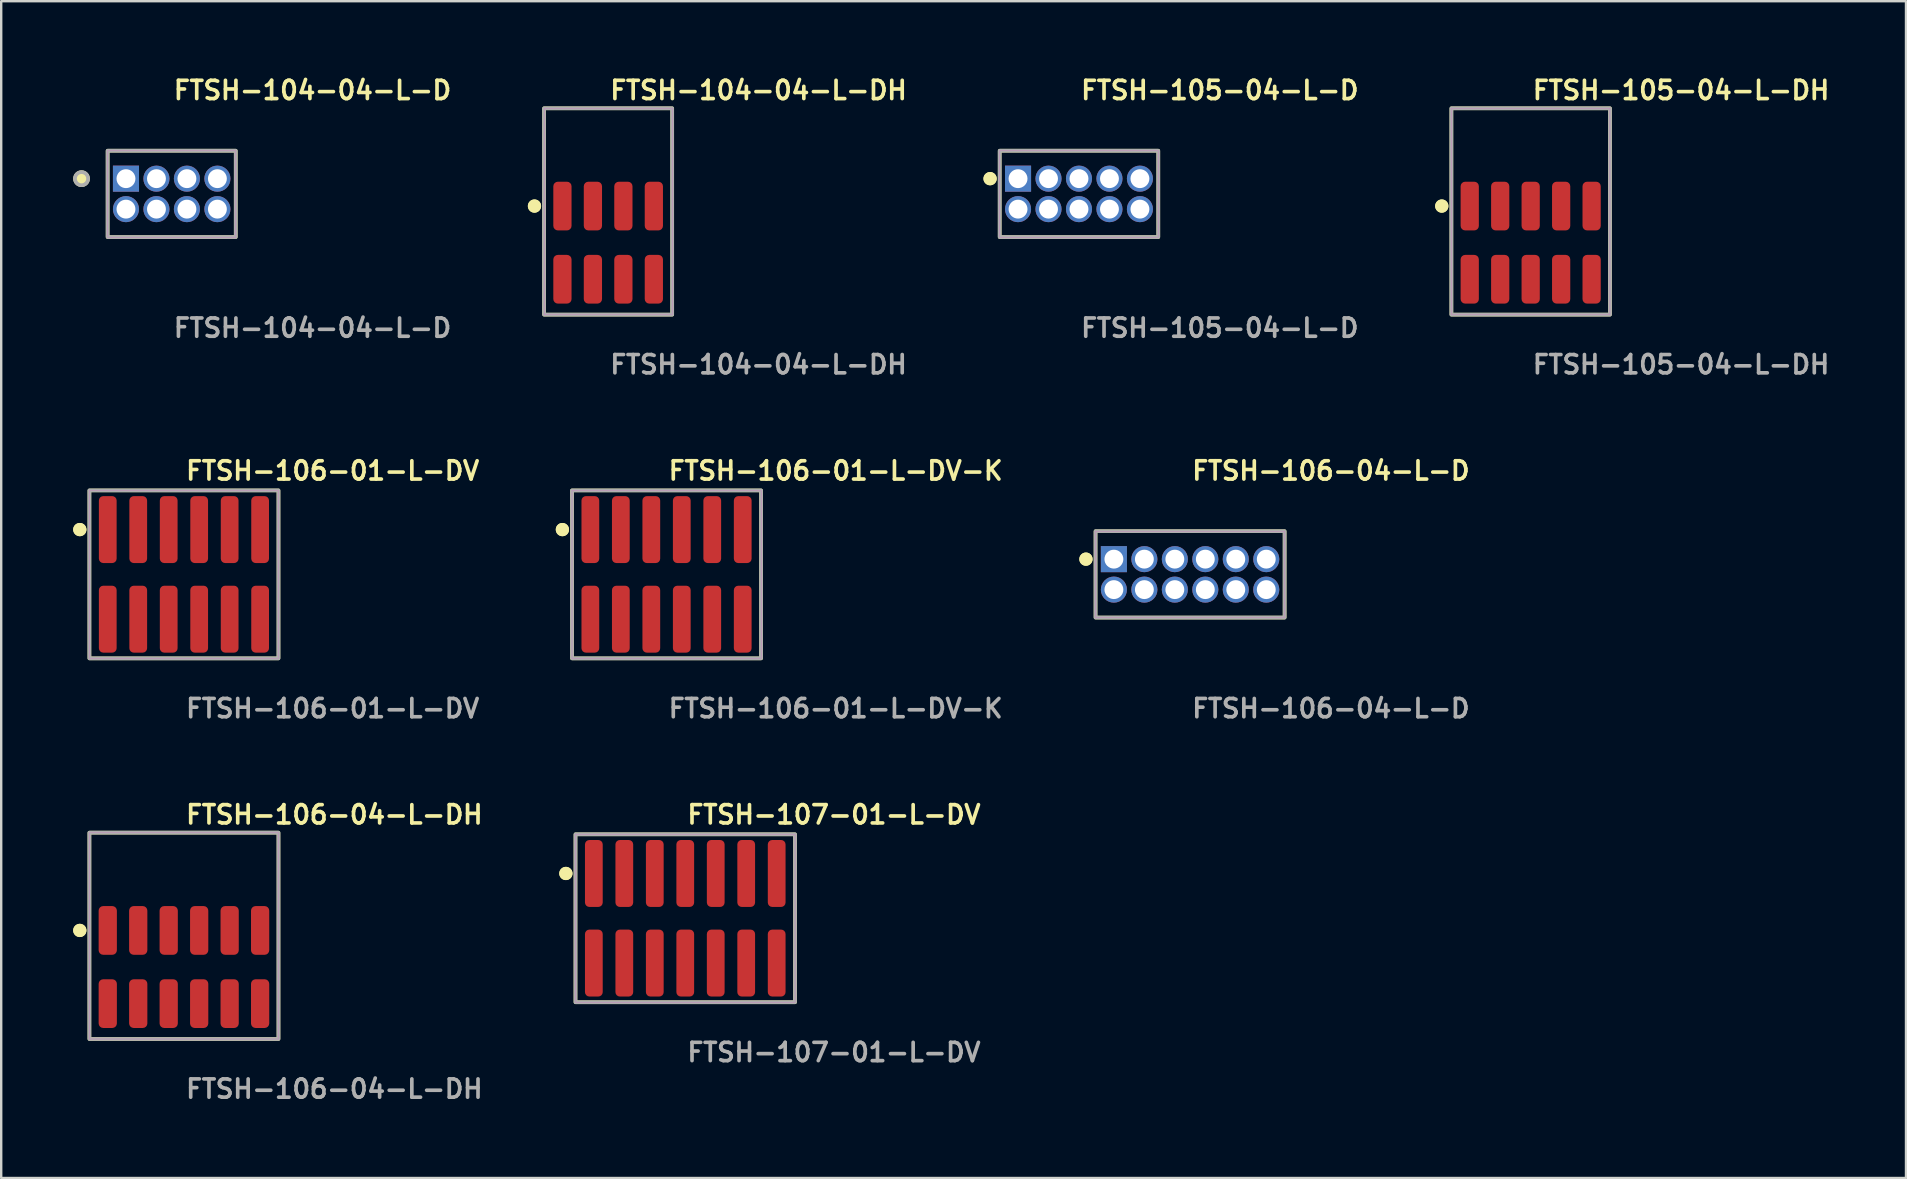
<source format=kicad_pcb>
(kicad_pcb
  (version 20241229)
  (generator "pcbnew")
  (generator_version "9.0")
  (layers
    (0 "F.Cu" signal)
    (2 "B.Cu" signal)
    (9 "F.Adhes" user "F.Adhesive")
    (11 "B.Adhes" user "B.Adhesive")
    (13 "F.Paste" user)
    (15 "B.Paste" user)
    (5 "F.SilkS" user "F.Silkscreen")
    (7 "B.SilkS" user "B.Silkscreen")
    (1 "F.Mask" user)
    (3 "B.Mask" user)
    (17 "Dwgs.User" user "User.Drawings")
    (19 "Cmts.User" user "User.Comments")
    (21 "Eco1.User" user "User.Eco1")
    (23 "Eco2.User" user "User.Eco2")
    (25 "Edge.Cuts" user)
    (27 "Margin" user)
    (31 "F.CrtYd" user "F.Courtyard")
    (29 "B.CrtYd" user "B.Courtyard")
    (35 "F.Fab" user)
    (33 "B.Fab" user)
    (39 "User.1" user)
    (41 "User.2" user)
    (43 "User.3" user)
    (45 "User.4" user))
  (footprint "FTSH-107-01-L-DV"
    (layer "F.Cu")
    (at 25.509 35.22)
    (property "Reference" "FTSH-107-01-L-DV" (at 0 -4.318 0) (unlocked yes) (layer "F.SilkS") (effects (font (size 0.762 0.762) (thickness 0.152)) (justify left)))
    (fp_rect (start -4.575 3.5) (end 4.575 -3.5) (stroke (width 0.152) (type solid)) (fill no) (layer "F.SilkS"))
    (fp_circle (center -4.975 -1.867) (end -5.175 -1.867) (stroke (width 0.152) (type solid)) (fill yes) (layer "F.SilkS"))
    (fp_circle (center -4.975 -1.867) (end -5.175 -1.867) (stroke (width 0.152) (type solid)) (fill yes) (layer "F.SilkS"))
    (fp_rect (start -4.575 3.5) (end 4.575 -3.5) (stroke (width 0.006) (type solid)) (fill no) (layer "F.CrtYd"))
    (fp_rect (start -4.575 3.5) (end 4.575 -3.5) (stroke (width 0.152) (type solid)) (fill no) (layer "F.Fab"))
    (fp_text user "${REFERENCE}" (at 0 5.588 0) (unlocked yes) (layer "F.Fab") (effects (font (size 0.762 0.762) (thickness 0.152)) (justify left)))
    (pad "1" smd roundrect (at -3.81 -1.867) (size 0.74 2.79) (layers "F.Cu" "F.Paste") (roundrect_rratio 0.25))
    (pad "2" smd roundrect (at -3.81 1.867) (size 0.74 2.79) (layers "F.Cu" "F.Paste") (roundrect_rratio 0.25))
    (pad "3" smd roundrect (at -2.54 -1.867) (size 0.74 2.79) (layers "F.Cu" "F.Paste") (roundrect_rratio 0.25))
    (pad "4" smd roundrect (at -2.54 1.867) (size 0.74 2.79) (layers "F.Cu" "F.Paste") (roundrect_rratio 0.25))
    (pad "5" smd roundrect (at -1.27 -1.867) (size 0.74 2.79) (layers "F.Cu" "F.Paste") (roundrect_rratio 0.25))
    (pad "6" smd roundrect (at -1.27 1.867) (size 0.74 2.79) (layers "F.Cu" "F.Paste") (roundrect_rratio 0.25))
    (pad "7" smd roundrect (at 0 -1.867) (size 0.74 2.79) (layers "F.Cu" "F.Paste") (roundrect_rratio 0.25))
    (pad "8" smd roundrect (at 0 1.867) (size 0.74 2.79) (layers "F.Cu" "F.Paste") (roundrect_rratio 0.25))
    (pad "9" smd roundrect (at 1.27 -1.867) (size 0.74 2.79) (layers "F.Cu" "F.Paste") (roundrect_rratio 0.25))
    (pad "10" smd roundrect (at 1.27 1.867) (size 0.74 2.79) (layers "F.Cu" "F.Paste") (roundrect_rratio 0.25))
    (pad "11" smd roundrect (at 2.54 -1.867) (size 0.74 2.79) (layers "F.Cu" "F.Paste") (roundrect_rratio 0.25))
    (pad "12" smd roundrect (at 2.54 1.867) (size 0.74 2.79) (layers "F.Cu" "F.Paste") (roundrect_rratio 0.25))
    (pad "13" smd roundrect (at 3.81 -1.867) (size 0.74 2.79) (layers "F.Cu" "F.Paste") (roundrect_rratio 0.25))
    (pad "14" smd roundrect (at 3.81 1.867) (size 0.74 2.79) (layers "F.Cu" "F.Paste") (roundrect_rratio 0.25)))
  (footprint "FTSH-106-04-L-D"
    (layer "F.Cu")
    (at 46.548 20.888)
    (property "Reference" "FTSH-106-04-L-D" (at 0 -4.318 0) (unlocked yes) (layer "F.SilkS") (effects (font (size 0.762 0.762) (thickness 0.152)) (justify left)))
    (fp_rect (start -3.94 1.8) (end 3.94 -1.8) (stroke (width 0.152) (type solid)) (fill no) (layer "F.SilkS"))
    (fp_circle (center -4.34 -0.635) (end -4.54 -0.635) (stroke (width 0.152) (type solid)) (fill yes) (layer "F.SilkS"))
    (fp_circle (center -4.34 -0.635) (end -4.54 -0.635) (stroke (width 0.152) (type solid)) (fill yes) (layer "F.SilkS"))
    (fp_rect (start -3.94 1.8) (end 3.94 -1.8) (stroke (width 0.006) (type solid)) (fill no) (layer "F.CrtYd"))
    (fp_rect (start -3.94 1.8) (end 3.94 -1.8) (stroke (width 0.152) (type solid)) (fill no) (layer "F.Fab"))
    (fp_text user "${REFERENCE}" (at 0 5.588 0) (unlocked yes) (layer "F.Fab") (effects (font (size 0.762 0.762) (thickness 0.152)) (justify left)))
    (pad "1" thru_hole rect (at -3.175 -0.635) (size 1.087 1.087) (drill 0.787) (layers "*.Cu" "*.Mask"))
    (pad "2" thru_hole circle (at -3.175 0.635) (size 1.087 1.087) (drill 0.787) (layers "*.Cu" "*.Mask"))
    (pad "3" thru_hole circle (at -1.905 -0.635) (size 1.087 1.087) (drill 0.787) (layers "*.Cu" "*.Mask"))
    (pad "4" thru_hole circle (at -1.905 0.635) (size 1.087 1.087) (drill 0.787) (layers "*.Cu" "*.Mask"))
    (pad "5" thru_hole circle (at -0.635 -0.635) (size 1.087 1.087) (drill 0.787) (layers "*.Cu" "*.Mask"))
    (pad "6" thru_hole circle (at -0.635 0.635) (size 1.087 1.087) (drill 0.787) (layers "*.Cu" "*.Mask"))
    (pad "7" thru_hole circle (at 0.635 -0.635) (size 1.087 1.087) (drill 0.787) (layers "*.Cu" "*.Mask"))
    (pad "8" thru_hole circle (at 0.635 0.635) (size 1.087 1.087) (drill 0.787) (layers "*.Cu" "*.Mask"))
    (pad "9" thru_hole circle (at 1.905 -0.635) (size 1.087 1.087) (drill 0.787) (layers "*.Cu" "*.Mask"))
    (pad "10" thru_hole circle (at 1.905 0.635) (size 1.087 1.087) (drill 0.787) (layers "*.Cu" "*.Mask"))
    (pad "11" thru_hole circle (at 3.175 -0.635) (size 1.087 1.087) (drill 0.787) (layers "*.Cu" "*.Mask"))
    (pad "12" thru_hole circle (at 3.175 0.635) (size 1.087 1.087) (drill 0.787) (layers "*.Cu" "*.Mask")))
  (footprint "FTSH-105-04-L-D"
    (layer "F.Cu")
    (at 41.918 5.031)
    (property "Reference" "FTSH-105-04-L-D" (at 0 -4.318 0) (unlocked yes) (layer "F.SilkS") (effects (font (size 0.762 0.762) (thickness 0.152)) (justify left)))
    (fp_rect (start -3.305 1.8) (end 3.305 -1.8) (stroke (width 0.152) (type solid)) (fill no) (layer "F.SilkS"))
    (fp_circle (center -3.705 -0.635) (end -3.905 -0.635) (stroke (width 0.152) (type solid)) (fill yes) (layer "F.SilkS"))
    (fp_circle (center -3.705 -0.635) (end -3.905 -0.635) (stroke (width 0.152) (type solid)) (fill yes) (layer "F.SilkS"))
    (fp_rect (start -3.305 1.8) (end 3.305 -1.8) (stroke (width 0.006) (type solid)) (fill no) (layer "F.CrtYd"))
    (fp_rect (start -3.305 1.8) (end 3.305 -1.8) (stroke (width 0.152) (type solid)) (fill no) (layer "F.Fab"))
    (fp_text user "${REFERENCE}" (at 0 5.588 0) (unlocked yes) (layer "F.Fab") (effects (font (size 0.762 0.762) (thickness 0.152)) (justify left)))
    (pad "1" thru_hole rect (at -2.54 -0.635) (size 1.087 1.087) (drill 0.787) (layers "*.Cu" "*.Mask"))
    (pad "2" thru_hole circle (at -2.54 0.635) (size 1.087 1.087) (drill 0.787) (layers "*.Cu" "*.Mask"))
    (pad "3" thru_hole circle (at -1.27 -0.635) (size 1.087 1.087) (drill 0.787) (layers "*.Cu" "*.Mask"))
    (pad "4" thru_hole circle (at -1.27 0.635) (size 1.087 1.087) (drill 0.787) (layers "*.Cu" "*.Mask"))
    (pad "5" thru_hole circle (at 0 -0.635) (size 1.087 1.087) (drill 0.787) (layers "*.Cu" "*.Mask"))
    (pad "6" thru_hole circle (at 0 0.635) (size 1.087 1.087) (drill 0.787) (layers "*.Cu" "*.Mask"))
    (pad "7" thru_hole circle (at 1.27 -0.635) (size 1.087 1.087) (drill 0.787) (layers "*.Cu" "*.Mask"))
    (pad "8" thru_hole circle (at 1.27 0.635) (size 1.087 1.087) (drill 0.787) (layers "*.Cu" "*.Mask"))
    (pad "9" thru_hole circle (at 2.54 -0.635) (size 1.087 1.087) (drill 0.787) (layers "*.Cu" "*.Mask"))
    (pad "10" thru_hole circle (at 2.54 0.635) (size 1.087 1.087) (drill 0.787) (layers "*.Cu" "*.Mask")))
  (footprint "FTSH-104-04-L-D"
    (layer "F.Cu")
    (at 4.105 5.031)
    (property "Reference" "FTSH-104-04-L-D" (at 0 -4.318 0) (unlocked yes) (layer "F.SilkS") (effects (font (size 0.762 0.762) (thickness 0.152)) (justify left)))
    (fp_rect (start -2.67 1.8) (end 2.67 -1.8) (stroke (width 0.152) (type solid)) (fill no) (layer "F.SilkS"))
    (fp_circle (center -3.757 -0.635) (end -4.029 -0.635) (stroke (width 0.152) (type solid)) (fill yes) (layer "F.SilkS"))
    (fp_rect (start -2.67 1.8) (end 2.67 -1.8) (stroke (width 0.006) (type solid)) (fill no) (layer "F.CrtYd"))
    (fp_rect (start -2.67 1.8) (end 2.67 -1.8) (stroke (width 0.152) (type solid)) (fill no) (layer "F.Fab"))
    (fp_circle (center -3.757 -0.635) (end -4.029 -0.635) (stroke (width 0.152) (type solid)) (fill no) (layer "F.Fab"))
    (fp_text user "${REFERENCE}" (at 0 5.588 0) (unlocked yes) (layer "F.Fab") (effects (font (size 0.762 0.762) (thickness 0.152)) (justify left)))
    (pad "1" thru_hole rect (at -1.905 -0.635) (size 1.087 1.087) (drill 0.787) (layers "*.Cu" "*.Mask"))
    (pad "2" thru_hole circle (at -1.905 0.635) (size 1.087 1.087) (drill 0.787) (layers "*.Cu" "*.Mask"))
    (pad "3" thru_hole circle (at -0.635 -0.635) (size 1.087 1.087) (drill 0.787) (layers "*.Cu" "*.Mask"))
    (pad "4" thru_hole circle (at -0.635 0.635) (size 1.087 1.087) (drill 0.787) (layers "*.Cu" "*.Mask"))
    (pad "5" thru_hole circle (at 0.635 -0.635) (size 1.087 1.087) (drill 0.787) (layers "*.Cu" "*.Mask"))
    (pad "6" thru_hole circle (at 0.635 0.635) (size 1.087 1.087) (drill 0.787) (layers "*.Cu" "*.Mask"))
    (pad "7" thru_hole circle (at 1.905 -0.635) (size 1.087 1.087) (drill 0.787) (layers "*.Cu" "*.Mask"))
    (pad "8" thru_hole circle (at 1.905 0.635) (size 1.087 1.087) (drill 0.787) (layers "*.Cu" "*.Mask")))
  (footprint "FTSH-106-04-L-DH"
    (layer "F.Cu")
    (at 4.616 37.252)
    (property "Reference" "FTSH-106-04-L-DH" (at 0 -6.35 0) (unlocked yes) (layer "F.SilkS") (effects (font (size 0.762 0.762) (thickness 0.152)) (justify left)))
    (fp_rect (start -3.94 3) (end 3.94 -5.6) (stroke (width 0.152) (type solid)) (fill no) (layer "F.SilkS"))
    (fp_circle (center -4.34 -1.525) (end -4.54 -1.525) (stroke (width 0.152) (type solid)) (fill yes) (layer "F.SilkS"))
    (fp_circle (center -4.34 -1.525) (end -4.54 -1.525) (stroke (width 0.152) (type solid)) (fill yes) (layer "F.SilkS"))
    (fp_rect (start -3.94 3) (end 3.94 -5.6) (stroke (width 0.006) (type solid)) (fill no) (layer "F.CrtYd"))
    (fp_rect (start -3.94 3) (end 3.94 -5.6) (stroke (width 0.152) (type solid)) (fill no) (layer "F.Fab"))
    (fp_text user "${REFERENCE}" (at 0 5.08 0) (unlocked yes) (layer "F.Fab") (effects (font (size 0.762 0.762) (thickness 0.152)) (justify left)))
    (pad "1" smd roundrect (at -3.175 -1.525) (size 0.76 2.03) (layers "F.Cu" "F.Paste") (roundrect_rratio 0.25))
    (pad "2" smd roundrect (at -3.175 1.525) (size 0.76 2.03) (layers "F.Cu" "F.Paste") (roundrect_rratio 0.25))
    (pad "3" smd roundrect (at -1.905 -1.525) (size 0.76 2.03) (layers "F.Cu" "F.Paste") (roundrect_rratio 0.25))
    (pad "4" smd roundrect (at -1.905 1.525) (size 0.76 2.03) (layers "F.Cu" "F.Paste") (roundrect_rratio 0.25))
    (pad "5" smd roundrect (at -0.635 -1.525) (size 0.76 2.03) (layers "F.Cu" "F.Paste") (roundrect_rratio 0.25))
    (pad "6" smd roundrect (at -0.635 1.525) (size 0.76 2.03) (layers "F.Cu" "F.Paste") (roundrect_rratio 0.25))
    (pad "7" smd roundrect (at 0.635 -1.525) (size 0.76 2.03) (layers "F.Cu" "F.Paste") (roundrect_rratio 0.25))
    (pad "8" smd roundrect (at 0.635 1.525) (size 0.76 2.03) (layers "F.Cu" "F.Paste") (roundrect_rratio 0.25))
    (pad "9" smd roundrect (at 1.905 -1.525) (size 0.76 2.03) (layers "F.Cu" "F.Paste") (roundrect_rratio 0.25))
    (pad "10" smd roundrect (at 1.905 1.525) (size 0.76 2.03) (layers "F.Cu" "F.Paste") (roundrect_rratio 0.25))
    (pad "11" smd roundrect (at 3.175 -1.525) (size 0.76 2.03) (layers "F.Cu" "F.Paste") (roundrect_rratio 0.25))
    (pad "12" smd roundrect (at 3.175 1.525) (size 0.76 2.03) (layers "F.Cu" "F.Paste") (roundrect_rratio 0.25)))
  (footprint "FTSH-106-01-L-DV"
    (layer "F.Cu")
    (at 4.616 20.888)
    (property "Reference" "FTSH-106-01-L-DV" (at 0 -4.318 0) (unlocked yes) (layer "F.SilkS") (effects (font (size 0.762 0.762) (thickness 0.152)) (justify left)))
    (fp_rect (start -3.94 3.5) (end 3.94 -3.5) (stroke (width 0.152) (type solid)) (fill no) (layer "F.SilkS"))
    (fp_circle (center -4.34 -1.867) (end -4.54 -1.867) (stroke (width 0.152) (type solid)) (fill yes) (layer "F.SilkS"))
    (fp_circle (center -4.34 -1.867) (end -4.54 -1.867) (stroke (width 0.152) (type solid)) (fill yes) (layer "F.SilkS"))
    (fp_rect (start -3.94 3.5) (end 3.94 -3.5) (stroke (width 0.006) (type solid)) (fill no) (layer "F.CrtYd"))
    (fp_rect (start -3.94 3.5) (end 3.94 -3.5) (stroke (width 0.152) (type solid)) (fill no) (layer "F.Fab"))
    (fp_text user "${REFERENCE}" (at 0 5.588 0) (unlocked yes) (layer "F.Fab") (effects (font (size 0.762 0.762) (thickness 0.152)) (justify left)))
    (pad "1" smd roundrect (at -3.175 -1.867) (size 0.74 2.79) (layers "F.Cu" "F.Paste") (roundrect_rratio 0.25))
    (pad "2" smd roundrect (at -3.175 1.867) (size 0.74 2.79) (layers "F.Cu" "F.Paste") (roundrect_rratio 0.25))
    (pad "3" smd roundrect (at -1.905 -1.867) (size 0.74 2.79) (layers "F.Cu" "F.Paste") (roundrect_rratio 0.25))
    (pad "4" smd roundrect (at -1.905 1.867) (size 0.74 2.79) (layers "F.Cu" "F.Paste") (roundrect_rratio 0.25))
    (pad "5" smd roundrect (at -0.635 -1.867) (size 0.74 2.79) (layers "F.Cu" "F.Paste") (roundrect_rratio 0.25))
    (pad "6" smd roundrect (at -0.635 1.867) (size 0.74 2.79) (layers "F.Cu" "F.Paste") (roundrect_rratio 0.25))
    (pad "7" smd roundrect (at 0.635 -1.867) (size 0.74 2.79) (layers "F.Cu" "F.Paste") (roundrect_rratio 0.25))
    (pad "8" smd roundrect (at 0.635 1.867) (size 0.74 2.79) (layers "F.Cu" "F.Paste") (roundrect_rratio 0.25))
    (pad "9" smd roundrect (at 1.905 -1.867) (size 0.74 2.79) (layers "F.Cu" "F.Paste") (roundrect_rratio 0.25))
    (pad "10" smd roundrect (at 1.905 1.867) (size 0.74 2.79) (layers "F.Cu" "F.Paste") (roundrect_rratio 0.25))
    (pad "11" smd roundrect (at 3.175 -1.867) (size 0.74 2.79) (layers "F.Cu" "F.Paste") (roundrect_rratio 0.25))
    (pad "12" smd roundrect (at 3.175 1.867) (size 0.74 2.79) (layers "F.Cu" "F.Paste") (roundrect_rratio 0.25)))
  (footprint "FTSH-104-04-L-DH"
    (layer "F.Cu")
    (at 22.295 7.063)
    (property "Reference" "FTSH-104-04-L-DH" (at 0 -6.35 0) (unlocked yes) (layer "F.SilkS") (effects (font (size 0.762 0.762) (thickness 0.152)) (justify left)))
    (fp_rect (start -2.67 3) (end 2.67 -5.6) (stroke (width 0.152) (type solid)) (fill no) (layer "F.SilkS"))
    (fp_circle (center -3.07 -1.525) (end -3.27 -1.525) (stroke (width 0.152) (type solid)) (fill yes) (layer "F.SilkS"))
    (fp_circle (center -3.07 -1.525) (end -3.27 -1.525) (stroke (width 0.152) (type solid)) (fill yes) (layer "F.SilkS"))
    (fp_rect (start -2.67 3) (end 2.67 -5.6) (stroke (width 0.006) (type solid)) (fill no) (layer "F.CrtYd"))
    (fp_rect (start -2.67 3) (end 2.67 -5.6) (stroke (width 0.152) (type solid)) (fill no) (layer "F.Fab"))
    (fp_text user "${REFERENCE}" (at 0 5.08 0) (unlocked yes) (layer "F.Fab") (effects (font (size 0.762 0.762) (thickness 0.152)) (justify left)))
    (pad "1" smd roundrect (at -1.905 -1.525) (size 0.76 2.03) (layers "F.Cu" "F.Paste") (roundrect_rratio 0.25))
    (pad "2" smd roundrect (at -1.905 1.525) (size 0.76 2.03) (layers "F.Cu" "F.Paste") (roundrect_rratio 0.25))
    (pad "3" smd roundrect (at -0.635 -1.525) (size 0.76 2.03) (layers "F.Cu" "F.Paste") (roundrect_rratio 0.25))
    (pad "4" smd roundrect (at -0.635 1.525) (size 0.76 2.03) (layers "F.Cu" "F.Paste") (roundrect_rratio 0.25))
    (pad "5" smd roundrect (at 0.635 -1.525) (size 0.76 2.03) (layers "F.Cu" "F.Paste") (roundrect_rratio 0.25))
    (pad "6" smd roundrect (at 0.635 1.525) (size 0.76 2.03) (layers "F.Cu" "F.Paste") (roundrect_rratio 0.25))
    (pad "7" smd roundrect (at 1.905 -1.525) (size 0.76 2.03) (layers "F.Cu" "F.Paste") (roundrect_rratio 0.25))
    (pad "8" smd roundrect (at 1.905 1.525) (size 0.76 2.03) (layers "F.Cu" "F.Paste") (roundrect_rratio 0.25)))
  (footprint "FTSH-105-04-L-DH"
    (layer "F.Cu")
    (at 60.743 7.063)
    (property "Reference" "FTSH-105-04-L-DH" (at 0 -6.35 0) (unlocked yes) (layer "F.SilkS") (effects (font (size 0.762 0.762) (thickness 0.152)) (justify left)))
    (fp_rect (start -3.305 3) (end 3.305 -5.6) (stroke (width 0.152) (type solid)) (fill no) (layer "F.SilkS"))
    (fp_circle (center -3.705 -1.525) (end -3.905 -1.525) (stroke (width 0.152) (type solid)) (fill yes) (layer "F.SilkS"))
    (fp_circle (center -3.705 -1.525) (end -3.905 -1.525) (stroke (width 0.152) (type solid)) (fill yes) (layer "F.SilkS"))
    (fp_rect (start -3.305 3) (end 3.305 -5.6) (stroke (width 0.006) (type solid)) (fill no) (layer "F.CrtYd"))
    (fp_rect (start -3.305 3) (end 3.305 -5.6) (stroke (width 0.152) (type solid)) (fill no) (layer "F.Fab"))
    (fp_text user "${REFERENCE}" (at 0 5.08 0) (unlocked yes) (layer "F.Fab") (effects (font (size 0.762 0.762) (thickness 0.152)) (justify left)))
    (pad "1" smd roundrect (at -2.54 -1.525) (size 0.76 2.03) (layers "F.Cu" "F.Paste") (roundrect_rratio 0.25))
    (pad "2" smd roundrect (at -2.54 1.525) (size 0.76 2.03) (layers "F.Cu" "F.Paste") (roundrect_rratio 0.25))
    (pad "3" smd roundrect (at -1.27 -1.525) (size 0.76 2.03) (layers "F.Cu" "F.Paste") (roundrect_rratio 0.25))
    (pad "4" smd roundrect (at -1.27 1.525) (size 0.76 2.03) (layers "F.Cu" "F.Paste") (roundrect_rratio 0.25))
    (pad "5" smd roundrect (at 0 -1.525) (size 0.76 2.03) (layers "F.Cu" "F.Paste") (roundrect_rratio 0.25))
    (pad "6" smd roundrect (at 0 1.525) (size 0.76 2.03) (layers "F.Cu" "F.Paste") (roundrect_rratio 0.25))
    (pad "7" smd roundrect (at 1.27 -1.525) (size 0.76 2.03) (layers "F.Cu" "F.Paste") (roundrect_rratio 0.25))
    (pad "8" smd roundrect (at 1.27 1.525) (size 0.76 2.03) (layers "F.Cu" "F.Paste") (roundrect_rratio 0.25))
    (pad "9" smd roundrect (at 2.54 -1.525) (size 0.76 2.03) (layers "F.Cu" "F.Paste") (roundrect_rratio 0.25))
    (pad "10" smd roundrect (at 2.54 1.525) (size 0.76 2.03) (layers "F.Cu" "F.Paste") (roundrect_rratio 0.25)))
  (footprint "FTSH-106-01-L-DV-K"
    (layer "F.Cu")
    (at 24.729 20.888)
    (property "Reference" "FTSH-106-01-L-DV-K" (at 0 -4.318 0) (unlocked yes) (layer "F.SilkS") (effects (font (size 0.762 0.762) (thickness 0.152)) (justify left)))
    (fp_rect (start -3.94 3.5) (end 3.94 -3.5) (stroke (width 0.152) (type solid)) (fill no) (layer "F.SilkS"))
    (fp_circle (center -4.34 -1.867) (end -4.54 -1.867) (stroke (width 0.152) (type solid)) (fill yes) (layer "F.SilkS"))
    (fp_circle (center -4.34 -1.867) (end -4.54 -1.867) (stroke (width 0.152) (type solid)) (fill yes) (layer "F.SilkS"))
    (fp_rect (start -3.94 3.5) (end 3.94 -3.5) (stroke (width 0.006) (type solid)) (fill no) (layer "F.CrtYd"))
    (fp_rect (start -3.94 3.5) (end 3.94 -3.5) (stroke (width 0.152) (type solid)) (fill no) (layer "F.Fab"))
    (fp_text user "${REFERENCE}" (at 0 5.588 0) (unlocked yes) (layer "F.Fab") (effects (font (size 0.762 0.762) (thickness 0.152)) (justify left)))
    (pad "1" smd roundrect (at -3.175 -1.867) (size 0.74 2.79) (layers "F.Cu" "F.Paste") (roundrect_rratio 0.25))
    (pad "2" smd roundrect (at -3.175 1.867) (size 0.74 2.79) (layers "F.Cu" "F.Paste") (roundrect_rratio 0.25))
    (pad "3" smd roundrect (at -1.905 -1.867) (size 0.74 2.79) (layers "F.Cu" "F.Paste") (roundrect_rratio 0.25))
    (pad "4" smd roundrect (at -1.905 1.867) (size 0.74 2.79) (layers "F.Cu" "F.Paste") (roundrect_rratio 0.25))
    (pad "5" smd roundrect (at -0.635 -1.867) (size 0.74 2.79) (layers "F.Cu" "F.Paste") (roundrect_rratio 0.25))
    (pad "6" smd roundrect (at -0.635 1.867) (size 0.74 2.79) (layers "F.Cu" "F.Paste") (roundrect_rratio 0.25))
    (pad "7" smd roundrect (at 0.635 -1.867) (size 0.74 2.79) (layers "F.Cu" "F.Paste") (roundrect_rratio 0.25))
    (pad "8" smd roundrect (at 0.635 1.867) (size 0.74 2.79) (layers "F.Cu" "F.Paste") (roundrect_rratio 0.25))
    (pad "9" smd roundrect (at 1.905 -1.867) (size 0.74 2.79) (layers "F.Cu" "F.Paste") (roundrect_rratio 0.25))
    (pad "10" smd roundrect (at 1.905 1.867) (size 0.74 2.79) (layers "F.Cu" "F.Paste") (roundrect_rratio 0.25))
    (pad "11" smd roundrect (at 3.175 -1.867) (size 0.74 2.79) (layers "F.Cu" "F.Paste") (roundrect_rratio 0.25))
    (pad "12" smd roundrect (at 3.175 1.867) (size 0.74 2.79) (layers "F.Cu" "F.Paste") (roundrect_rratio 0.25)))
  (gr_rect
    (start -3 -3)
    (end 76.385 46.045)
    (stroke (width 0.1) (type default))
    (fill no)
    (layer "Edge.Cuts")))
</source>
